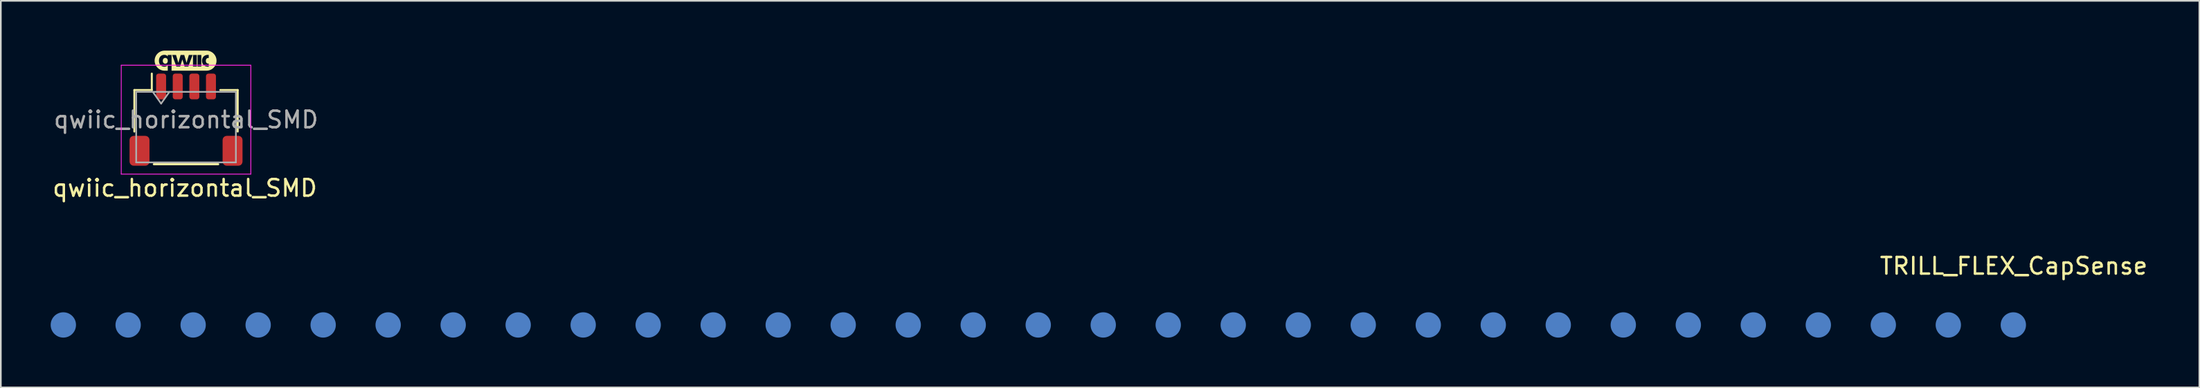
<source format=kicad_pcb>
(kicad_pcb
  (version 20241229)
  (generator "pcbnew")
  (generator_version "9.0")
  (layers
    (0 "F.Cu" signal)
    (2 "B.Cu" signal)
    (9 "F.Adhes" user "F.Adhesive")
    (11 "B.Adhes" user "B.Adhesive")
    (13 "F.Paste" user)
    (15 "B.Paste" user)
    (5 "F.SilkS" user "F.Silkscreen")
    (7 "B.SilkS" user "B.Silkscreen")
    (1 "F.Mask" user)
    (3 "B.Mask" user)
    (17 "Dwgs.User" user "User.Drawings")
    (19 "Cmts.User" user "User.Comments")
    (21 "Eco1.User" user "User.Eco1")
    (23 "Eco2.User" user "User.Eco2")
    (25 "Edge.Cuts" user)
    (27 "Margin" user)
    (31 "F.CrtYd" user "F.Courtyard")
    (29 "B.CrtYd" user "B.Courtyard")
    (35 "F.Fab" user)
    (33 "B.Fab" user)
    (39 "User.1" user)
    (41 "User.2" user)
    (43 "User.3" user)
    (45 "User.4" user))
  (footprint "TRILL_FLEX_CapSense"
    (layer "F.Cu")
    (at 118.15 16.425)
    (property "Reference" "TRILL_FLEX_CapSense" (at 0 -3.45 0) (unlocked yes) (layer "F.SilkS") (effects (font (size 1 1) (thickness 0.15))))
    (attr smd exclude_from_pos_files exclude_from_bom)
    (pad "1" smd circle (at -0.025 0.1 180) (size 1.524 1.524) (layers "B.Cu"))
    (pad "2" smd circle (at -3.938 0.1 180) (size 1.524 1.524) (layers "B.Cu"))
    (pad "3" smd circle (at -7.85 0.1 180) (size 1.524 1.524) (layers "B.Cu"))
    (pad "4" smd circle (at -11.762 0.1 180) (size 1.524 1.524) (layers "B.Cu"))
    (pad "5" smd circle (at -15.675 0.1 180) (size 1.524 1.524) (layers "B.Cu"))
    (pad "6" smd circle (at -19.587 0.1 180) (size 1.524 1.524) (layers "B.Cu"))
    (pad "7" smd circle (at -23.5 0.1 180) (size 1.524 1.524) (layers "B.Cu"))
    (pad "8" smd circle (at -27.413 0.1 180) (size 1.524 1.524) (layers "B.Cu"))
    (pad "9" smd circle (at -31.325 0.1 180) (size 1.524 1.524) (layers "B.Cu"))
    (pad "10" smd circle (at -35.237 0.1 180) (size 1.524 1.524) (layers "B.Cu"))
    (pad "11" smd circle (at -39.15 0.1 180) (size 1.524 1.524) (layers "B.Cu"))
    (pad "12" smd circle (at -43.062 0.1 180) (size 1.524 1.524) (layers "B.Cu"))
    (pad "13" smd circle (at -46.975 0.1 180) (size 1.524 1.524) (layers "B.Cu"))
    (pad "14" smd circle (at -50.888 0.1 180) (size 1.524 1.524) (layers "B.Cu"))
    (pad "15" smd circle (at -54.8 0.1 180) (size 1.524 1.524) (layers "B.Cu"))
    (pad "16" smd circle (at -58.712 0.1 180) (size 1.524 1.524) (layers "B.Cu"))
    (pad "17" smd circle (at -62.625 0.1 180) (size 1.524 1.524) (layers "B.Cu"))
    (pad "18" smd circle (at -66.537 0.1 180) (size 1.524 1.524) (layers "B.Cu"))
    (pad "19" smd circle (at -70.45 0.1 180) (size 1.524 1.524) (layers "B.Cu"))
    (pad "20" smd circle (at -74.362 0.1 180) (size 1.524 1.524) (layers "B.Cu"))
    (pad "21" smd circle (at -78.275 0.1 180) (size 1.524 1.524) (layers "B.Cu"))
    (pad "22" smd circle (at -82.188 0.1 180) (size 1.524 1.524) (layers "B.Cu"))
    (pad "23" smd circle (at -86.1 0.1 180) (size 1.524 1.524) (layers "B.Cu"))
    (pad "24" smd circle (at -90.013 0.1 180) (size 1.524 1.524) (layers "B.Cu"))
    (pad "25" smd circle (at -93.925 0.1 180) (size 1.524 1.524) (layers "B.Cu"))
    (pad "26" smd circle (at -97.838 0.1 180) (size 1.524 1.524) (layers "B.Cu"))
    (pad "27" smd circle (at -101.75 0.1 180) (size 1.524 1.524) (layers "B.Cu"))
    (pad "28" smd circle (at -105.662 0.1 180) (size 1.524 1.524) (layers "B.Cu"))
    (pad "29" smd circle (at -109.575 0.1 180) (size 1.524 1.524) (layers "B.Cu"))
    (pad "30" smd circle (at -113.487 0.1 180) (size 1.524 1.524) (layers "B.Cu"))
    (pad "GND" smd circle (at -117.388 0.1 180) (size 1.524 1.524) (layers "B.Cu")))
  (footprint "qwiic_horizontal_SMD"
    (layer "F.Cu")
    (at 8.077 4.529)
    (property "Reference" "qwiic_horizontal_SMD" (at 0 3.75 0) (unlocked yes) (layer "F.SilkS") (effects (font (size 1 1) (thickness 0.15))))
    (attr smd)
    (fp_line (start -3.04 -2.155) (end -1.99 -2.155) (stroke (width 0.12) (type solid)) (layer "F.SilkS"))
    (fp_line (start -3.04 0.345) (end -3.04 -2.155) (stroke (width 0.12) (type solid)) (layer "F.SilkS"))
    (fp_line (start -1.99 -2.155) (end -1.99 -3.145) (stroke (width 0.12) (type solid)) (layer "F.SilkS"))
    (fp_line (start -1.87 2.315) (end 2.01 2.315) (stroke (width 0.12) (type solid)) (layer "F.SilkS"))
    (fp_line (start 3.18 -2.155) (end 2.13 -2.155) (stroke (width 0.12) (type solid)) (layer "F.SilkS"))
    (fp_line (start 3.18 0.345) (end 3.18 -2.155) (stroke (width 0.12) (type solid)) (layer "F.SilkS"))
    (fp_poly (pts (xy -1.171 -4.089) (xy -1.163 -4.089) (xy -1.155 -4.088) (xy -1.147 -4.086) (xy -1.139 -4.085) (xy -1.132 -4.082) (xy -1.125 -4.08) (xy -1.118 -4.077) (xy -1.111 -4.074) (xy -1.105 -4.07) (xy -1.099 -4.066) (xy -1.093 -4.062) (xy -1.087 -4.057) (xy -1.081 -4.053) (xy -1.076 -4.047) (xy -1.071 -4.042) (xy -1.066 -4.036) (xy -1.062 -4.03) (xy -1.057 -4.023) (xy -1.053 -4.017) (xy -1.05 -4.01) (xy -1.046 -4.002) (xy -1.043 -3.995) (xy -1.04 -3.987) (xy -1.038 -3.979) (xy -1.036 -3.971) (xy -1.034 -3.962) (xy -1.032 -3.953) (xy -1.031 -3.944) (xy -1.03 -3.935) (xy -1.03 -3.926) (xy -1.03 -3.916) (xy -1.03 -3.906) (xy -1.03 -3.897) (xy -1.031 -3.888) (xy -1.032 -3.879) (xy -1.034 -3.87) (xy -1.036 -3.862) (xy -1.038 -3.853) (xy -1.04 -3.845) (xy -1.043 -3.838) (xy -1.046 -3.83) (xy -1.05 -3.823) (xy -1.053 -3.816) (xy -1.057 -3.809) (xy -1.062 -3.802) (xy -1.066 -3.796) (xy -1.071 -3.79) (xy -1.076 -3.785) (xy -1.081 -3.78) (xy -1.087 -3.775) (xy -1.093 -3.77) (xy -1.099 -3.766) (xy -1.105 -3.762) (xy -1.111 -3.758) (xy -1.118 -3.755) (xy -1.125 -3.752) (xy -1.132 -3.749) (xy -1.139 -3.747) (xy -1.147 -3.745) (xy -1.155 -3.744) (xy -1.163 -3.743) (xy -1.171 -3.742) (xy -1.179 -3.742) (xy -1.187 -3.742) (xy -1.195 -3.743) (xy -1.203 -3.744) (xy -1.211 -3.745) (xy -1.219 -3.747) (xy -1.226 -3.749) (xy -1.233 -3.752) (xy -1.24 -3.755) (xy -1.247 -3.758) (xy -1.254 -3.762) (xy -1.26 -3.766) (xy -1.266 -3.77) (xy -1.272 -3.775) (xy -1.277 -3.78) (xy -1.283 -3.785) (xy -1.288 -3.79) (xy -1.293 -3.796) (xy -1.297 -3.802) (xy -1.302 -3.809) (xy -1.306 -3.816) (xy -1.309 -3.823) (xy -1.313 -3.83) (xy -1.316 -3.838) (xy -1.319 -3.845) (xy -1.321 -3.853) (xy -1.323 -3.862) (xy -1.325 -3.87) (xy -1.327 -3.879) (xy -1.328 -3.888) (xy -1.329 -3.897) (xy -1.329 -3.906) (xy -1.329 -3.916) (xy -1.329 -3.925) (xy -1.329 -3.935) (xy -1.328 -3.944) (xy -1.327 -3.953) (xy -1.325 -3.962) (xy -1.323 -3.97) (xy -1.321 -3.978) (xy -1.319 -3.986) (xy -1.316 -3.994) (xy -1.313 -4.002) (xy -1.309 -4.009) (xy -1.306 -4.016) (xy -1.302 -4.023) (xy -1.297 -4.029) (xy -1.293 -4.035) (xy -1.288 -4.041) (xy -1.283 -4.047) (xy -1.277 -4.052) (xy -1.272 -4.057) (xy -1.266 -4.062) (xy -1.26 -4.066) (xy -1.254 -4.07) (xy -1.247 -4.074) (xy -1.24 -4.077) (xy -1.233 -4.08) (xy -1.226 -4.082) (xy -1.219 -4.085) (xy -1.211 -4.086) (xy -1.203 -4.088) (xy -1.195 -4.089) (xy -1.187 -4.089) (xy -1.179 -4.09)) (stroke (width 0) (type solid)) (fill yes) (layer "F.SilkS"))
    (fp_poly (pts (xy 1.332 -4.528) (xy 1.362 -4.526) (xy 1.392 -4.522) (xy 1.422 -4.517) (xy 1.451 -4.51) (xy 1.48 -4.502) (xy 1.508 -4.492) (xy 1.536 -4.481) (xy 1.562 -4.469) (xy 1.588 -4.456) (xy 1.614 -4.441) (xy 1.638 -4.426) (xy 1.662 -4.409) (xy 1.685 -4.391) (xy 1.706 -4.372) (xy 1.727 -4.352) (xy 1.747 -4.331) (xy 1.766 -4.309) (xy 1.784 -4.286) (xy 1.801 -4.263) (xy 1.817 -4.238) (xy 1.831 -4.213) (xy 1.845 -4.187) (xy 1.857 -4.16) (xy 1.868 -4.133) (xy 1.877 -4.105) (xy 1.885 -4.076) (xy 1.892 -4.047) (xy 1.897 -4.017) (xy 1.901 -3.987) (xy 1.903 -3.956) (xy 1.904 -3.925) (xy 1.904 -3.925) (xy 1.903 -3.894) (xy 1.901 -3.863) (xy 1.897 -3.833) (xy 1.892 -3.804) (xy 1.885 -3.774) (xy 1.877 -3.746) (xy 1.868 -3.718) (xy 1.857 -3.69) (xy 1.845 -3.663) (xy 1.831 -3.637) (xy 1.817 -3.612) (xy 1.801 -3.588) (xy 1.784 -3.564) (xy 1.766 -3.541) (xy 1.747 -3.519) (xy 1.727 -3.498) (xy 1.706 -3.478) (xy 1.685 -3.459) (xy 1.662 -3.441) (xy 1.638 -3.425) (xy 1.614 -3.409) (xy 1.588 -3.394) (xy 1.562 -3.381) (xy 1.536 -3.369) (xy 1.508 -3.358) (xy 1.48 -3.349) (xy 1.451 -3.34) (xy 1.422 -3.334) (xy 1.392 -3.328) (xy 1.362 -3.325) (xy 1.332 -3.322) (xy 1.301 -3.321) (xy -0.801 -3.321) (xy -0.801 -4.267) (xy -0.765 -4.267) (xy -0.511 -3.571) (xy -0.285 -3.571) (xy -0.151 -4.001) (xy -0.018 -3.571) (xy 0.208 -3.571) (xy 0.488 -3.571) (xy 0.716 -3.571) (xy 0.762 -3.571) (xy 0.99 -3.571) (xy 0.99 -3.916) (xy 1.031 -3.916) (xy 1.032 -3.896) (xy 1.033 -3.877) (xy 1.035 -3.858) (xy 1.038 -3.84) (xy 1.042 -3.822) (xy 1.046 -3.805) (xy 1.051 -3.788) (xy 1.057 -3.771) (xy 1.064 -3.755) (xy 1.071 -3.74) (xy 1.079 -3.725) (xy 1.088 -3.711) (xy 1.097 -3.697) (xy 1.107 -3.684) (xy 1.118 -3.672) (xy 1.13 -3.66) (xy 1.142 -3.649) (xy 1.154 -3.638) (xy 1.168 -3.628) (xy 1.181 -3.619) (xy 1.196 -3.61) (xy 1.211 -3.602) (xy 1.226 -3.595) (xy 1.242 -3.589) (xy 1.259 -3.583) (xy 1.276 -3.578) (xy 1.294 -3.573) (xy 1.312 -3.57) (xy 1.331 -3.567) (xy 1.35 -3.565) (xy 1.369 -3.564) (xy 1.389 -3.563) (xy 1.395 -3.563) (xy 1.401 -3.564) (xy 1.407 -3.564) (xy 1.413 -3.564) (xy 1.419 -3.564) (xy 1.425 -3.565) (xy 1.436 -3.566) (xy 1.436 -3.752) (xy 1.432 -3.751) (xy 1.428 -3.751) (xy 1.423 -3.75) (xy 1.419 -3.75) (xy 1.414 -3.749) (xy 1.41 -3.749) (xy 1.405 -3.749) (xy 1.401 -3.749) (xy 1.393 -3.749) (xy 1.385 -3.749) (xy 1.378 -3.75) (xy 1.371 -3.752) (xy 1.364 -3.753) (xy 1.357 -3.755) (xy 1.351 -3.758) (xy 1.344 -3.761) (xy 1.338 -3.764) (xy 1.332 -3.767) (xy 1.326 -3.771) (xy 1.32 -3.775) (xy 1.315 -3.78) (xy 1.31 -3.784) (xy 1.305 -3.789) (xy 1.3 -3.795) (xy 1.296 -3.8) (xy 1.292 -3.806) (xy 1.288 -3.813) (xy 1.284 -3.819) (xy 1.28 -3.826) (xy 1.277 -3.833) (xy 1.274 -3.84) (xy 1.272 -3.848) (xy 1.269 -3.856) (xy 1.267 -3.864) (xy 1.266 -3.872) (xy 1.264 -3.881) (xy 1.262 -3.899) (xy 1.262 -3.917) (xy 1.262 -3.926) (xy 1.262 -3.936) (xy 1.263 -3.944) (xy 1.264 -3.953) (xy 1.266 -3.962) (xy 1.267 -3.97) (xy 1.269 -3.978) (xy 1.272 -3.986) (xy 1.274 -3.993) (xy 1.277 -4.001) (xy 1.28 -4.008) (xy 1.284 -4.015) (xy 1.288 -4.021) (xy 1.292 -4.027) (xy 1.296 -4.033) (xy 1.3 -4.039) (xy 1.305 -4.044) (xy 1.31 -4.05) (xy 1.315 -4.054) (xy 1.32 -4.059) (xy 1.326 -4.063) (xy 1.332 -4.067) (xy 1.338 -4.07) (xy 1.344 -4.073) (xy 1.351 -4.076) (xy 1.357 -4.079) (xy 1.364 -4.081) (xy 1.371 -4.083) (xy 1.378 -4.084) (xy 1.385 -4.085) (xy 1.393 -4.085) (xy 1.401 -4.086) (xy 1.405 -4.086) (xy 1.41 -4.085) (xy 1.414 -4.085) (xy 1.419 -4.085) (xy 1.423 -4.084) (xy 1.428 -4.083) (xy 1.432 -4.083) (xy 1.436 -4.082) (xy 1.436 -4.273) (xy 1.425 -4.274) (xy 1.42 -4.274) (xy 1.414 -4.274) (xy 1.409 -4.274) (xy 1.403 -4.275) (xy 1.397 -4.275) (xy 1.392 -4.275) (xy 1.372 -4.274) (xy 1.352 -4.273) (xy 1.333 -4.271) (xy 1.314 -4.268) (xy 1.296 -4.265) (xy 1.278 -4.26) (xy 1.261 -4.255) (xy 1.244 -4.249) (xy 1.228 -4.242) (xy 1.212 -4.235) (xy 1.197 -4.227) (xy 1.183 -4.218) (xy 1.169 -4.209) (xy 1.155 -4.199) (xy 1.143 -4.188) (xy 1.13 -4.176) (xy 1.119 -4.164) (xy 1.108 -4.152) (xy 1.098 -4.138) (xy 1.088 -4.124) (xy 1.08 -4.11) (xy 1.071 -4.095) (xy 1.064 -4.079) (xy 1.057 -4.063) (xy 1.051 -4.046) (xy 1.046 -4.029) (xy 1.042 -4.012) (xy 1.038 -3.993) (xy 1.035 -3.975) (xy 1.033 -3.956) (xy 1.032 -3.936) (xy 1.031 -3.916) (xy 0.99 -3.916) (xy 0.99 -4.267) (xy 0.762 -4.267) (xy 0.762 -3.571) (xy 0.716 -3.571) (xy 0.716 -4.267) (xy 0.488 -4.267) (xy 0.488 -3.571) (xy 0.208 -3.571) (xy 0.463 -4.267) (xy 0.239 -4.267) (xy 0.1 -3.796) (xy -0.038 -4.267) (xy -0.256 -4.267) (xy -0.393 -3.796) (xy -0.532 -4.267) (xy -0.765 -4.267) (xy -0.801 -4.267) (xy -1.03 -4.267) (xy -1.03 -4.176) (xy -1.039 -4.187) (xy -1.049 -4.198) (xy -1.06 -4.208) (xy -1.071 -4.218) (xy -1.082 -4.227) (xy -1.094 -4.235) (xy -1.107 -4.242) (xy -1.12 -4.249) (xy -1.133 -4.255) (xy -1.147 -4.26) (xy -1.162 -4.265) (xy -1.177 -4.268) (xy -1.192 -4.271) (xy -1.208 -4.273) (xy -1.224 -4.274) (xy -1.241 -4.275) (xy -1.258 -4.274) (xy -1.276 -4.273) (xy -1.293 -4.271) (xy -1.309 -4.268) (xy -1.326 -4.265) (xy -1.341 -4.26) (xy -1.357 -4.255) (xy -1.371 -4.25) (xy -1.386 -4.243) (xy -1.4 -4.236) (xy -1.413 -4.228) (xy -1.426 -4.219) (xy -1.438 -4.21) (xy -1.45 -4.2) (xy -1.461 -4.189) (xy -1.472 -4.178) (xy -1.482 -4.166) (xy -1.492 -4.154) (xy -1.501 -4.141) (xy -1.509 -4.127) (xy -1.517 -4.113) (xy -1.524 -4.098) (xy -1.531 -4.083) (xy -1.537 -4.067) (xy -1.542 -4.051) (xy -1.547 -4.034) (xy -1.551 -4.016) (xy -1.554 -3.998) (xy -1.556 -3.98) (xy -1.558 -3.961) (xy -1.559 -3.942) (xy -1.56 -3.922) (xy -1.559 -3.902) (xy -1.558 -3.883) (xy -1.556 -3.863) (xy -1.554 -3.845) (xy -1.55 -3.827) (xy -1.547 -3.809) (xy -1.542 -3.792) (xy -1.537 -3.775) (xy -1.531 -3.759) (xy -1.524 -3.743) (xy -1.517 -3.728) (xy -1.509 -3.713) (xy -1.5 -3.699) (xy -1.491 -3.686) (xy -1.481 -3.673) (xy -1.471 -3.661) (xy -1.46 -3.65) (xy -1.449 -3.639) (xy -1.437 -3.629) (xy -1.424 -3.619) (xy -1.411 -3.61) (xy -1.397 -3.602) (xy -1.383 -3.595) (xy -1.369 -3.588) (xy -1.354 -3.582) (xy -1.338 -3.577) (xy -1.322 -3.572) (xy -1.306 -3.569) (xy -1.289 -3.566) (xy -1.271 -3.564) (xy -1.254 -3.562) (xy -1.235 -3.562) (xy -1.219 -3.562) (xy -1.203 -3.564) (xy -1.188 -3.566) (xy -1.173 -3.568) (xy -1.159 -3.572) (xy -1.144 -3.576) (xy -1.131 -3.582) (xy -1.118 -3.587) (xy -1.105 -3.594) (xy -1.093 -3.602) (xy -1.081 -3.61) (xy -1.07 -3.619) (xy -1.059 -3.628) (xy -1.049 -3.638) (xy -1.039 -3.649) (xy -1.03 -3.661) (xy -1.03 -3.321) (xy -1.216 -3.321) (xy -1.247 -3.322) (xy -1.278 -3.325) (xy -1.308 -3.328) (xy -1.338 -3.334) (xy -1.367 -3.34) (xy -1.396 -3.349) (xy -1.424 -3.358) (xy -1.451 -3.369) (xy -1.478 -3.381) (xy -1.504 -3.394) (xy -1.529 -3.409) (xy -1.554 -3.425) (xy -1.578 -3.441) (xy -1.6 -3.459) (xy -1.622 -3.478) (xy -1.643 -3.498) (xy -1.663 -3.519) (xy -1.682 -3.541) (xy -1.7 -3.564) (xy -1.717 -3.588) (xy -1.733 -3.612) (xy -1.747 -3.637) (xy -1.76 -3.663) (xy -1.773 -3.69) (xy -1.783 -3.718) (xy -1.793 -3.746) (xy -1.801 -3.774) (xy -1.808 -3.804) (xy -1.813 -3.833) (xy -1.817 -3.863) (xy -1.819 -3.894) (xy -1.82 -3.925) (xy -1.82 -3.925) (xy -1.819 -3.956) (xy -1.817 -3.987) (xy -1.813 -4.017) (xy -1.808 -4.047) (xy -1.801 -4.076) (xy -1.793 -4.105) (xy -1.783 -4.133) (xy -1.773 -4.16) (xy -1.76 -4.187) (xy -1.747 -4.213) (xy -1.733 -4.238) (xy -1.717 -4.263) (xy -1.7 -4.286) (xy -1.682 -4.309) (xy -1.663 -4.331) (xy -1.643 -4.352) (xy -1.622 -4.372) (xy -1.6 -4.391) (xy -1.578 -4.409) (xy -1.554 -4.426) (xy -1.529 -4.441) (xy -1.504 -4.456) (xy -1.478 -4.469) (xy -1.451 -4.481) (xy -1.424 -4.492) (xy -1.396 -4.502) (xy -1.367 -4.51) (xy -1.338 -4.517) (xy -1.308 -4.522) (xy -1.278 -4.526) (xy -1.247 -4.528) (xy -1.216 -4.529) (xy 1.301 -4.529)) (stroke (width 0) (type solid)) (fill yes) (layer "F.SilkS"))
    (fp_line (start -3.83 -3.65) (end -3.83 2.91) (stroke (width 0.05) (type solid)) (layer "F.CrtYd"))
    (fp_line (start -3.83 2.91) (end 3.97 2.91) (stroke (width 0.05) (type solid)) (layer "F.CrtYd"))
    (fp_line (start 3.97 -3.65) (end -3.83 -3.65) (stroke (width 0.05) (type solid)) (layer "F.CrtYd"))
    (fp_line (start 3.97 2.91) (end 3.97 -3.65) (stroke (width 0.05) (type solid)) (layer "F.CrtYd"))
    (fp_line (start -2.93 -2.045) (end -2.93 2.205) (stroke (width 0.1) (type solid)) (layer "F.Fab"))
    (fp_line (start -2.93 -2.045) (end 3.07 -2.045) (stroke (width 0.1) (type solid)) (layer "F.Fab"))
    (fp_line (start -2.93 2.205) (end 3.07 2.205) (stroke (width 0.1) (type solid)) (layer "F.Fab"))
    (fp_line (start -1.93 -2.045) (end -1.43 -1.338) (stroke (width 0.1) (type solid)) (layer "F.Fab"))
    (fp_line (start -1.43 -1.338) (end -0.93 -2.045) (stroke (width 0.1) (type solid)) (layer "F.Fab"))
    (fp_line (start 3.07 -2.045) (end 3.07 2.205) (stroke (width 0.1) (type solid)) (layer "F.Fab"))
    (fp_text user "${REFERENCE}" (at 0.07 -0.37 0) (layer "F.Fab") (effects (font (size 1 1) (thickness 0.15))))
    (pad "1" smd roundrect (at -1.43 -2.37) (size 0.6 1.55) (layers "F.Cu" "F.Mask" "F.Paste") (roundrect_rratio 0.25))
    (pad "2" smd roundrect (at -0.43 -2.37) (size 0.6 1.55) (layers "F.Cu" "F.Mask" "F.Paste") (roundrect_rratio 0.25))
    (pad "3" smd roundrect (at 0.57 -2.37) (size 0.6 1.55) (layers "F.Cu" "F.Mask" "F.Paste") (roundrect_rratio 0.25))
    (pad "4" smd roundrect (at 1.57 -2.37) (size 0.6 1.55) (layers "F.Cu" "F.Mask" "F.Paste") (roundrect_rratio 0.25))
    (pad "MP" smd roundrect (at -2.73 1.505) (size 1.2 1.8) (layers "F.Cu" "F.Mask" "F.Paste") (roundrect_rratio 0.208))
    (pad "MP" smd roundrect (at 2.87 1.505) (size 1.2 1.8) (layers "F.Cu" "F.Mask" "F.Paste") (roundrect_rratio 0.208)))
  (gr_rect
    (start -3 -3)
    (end 129.322 20.287)
    (stroke (width 0.1) (type default))
    (fill no)
    (layer "Edge.Cuts")))
</source>
